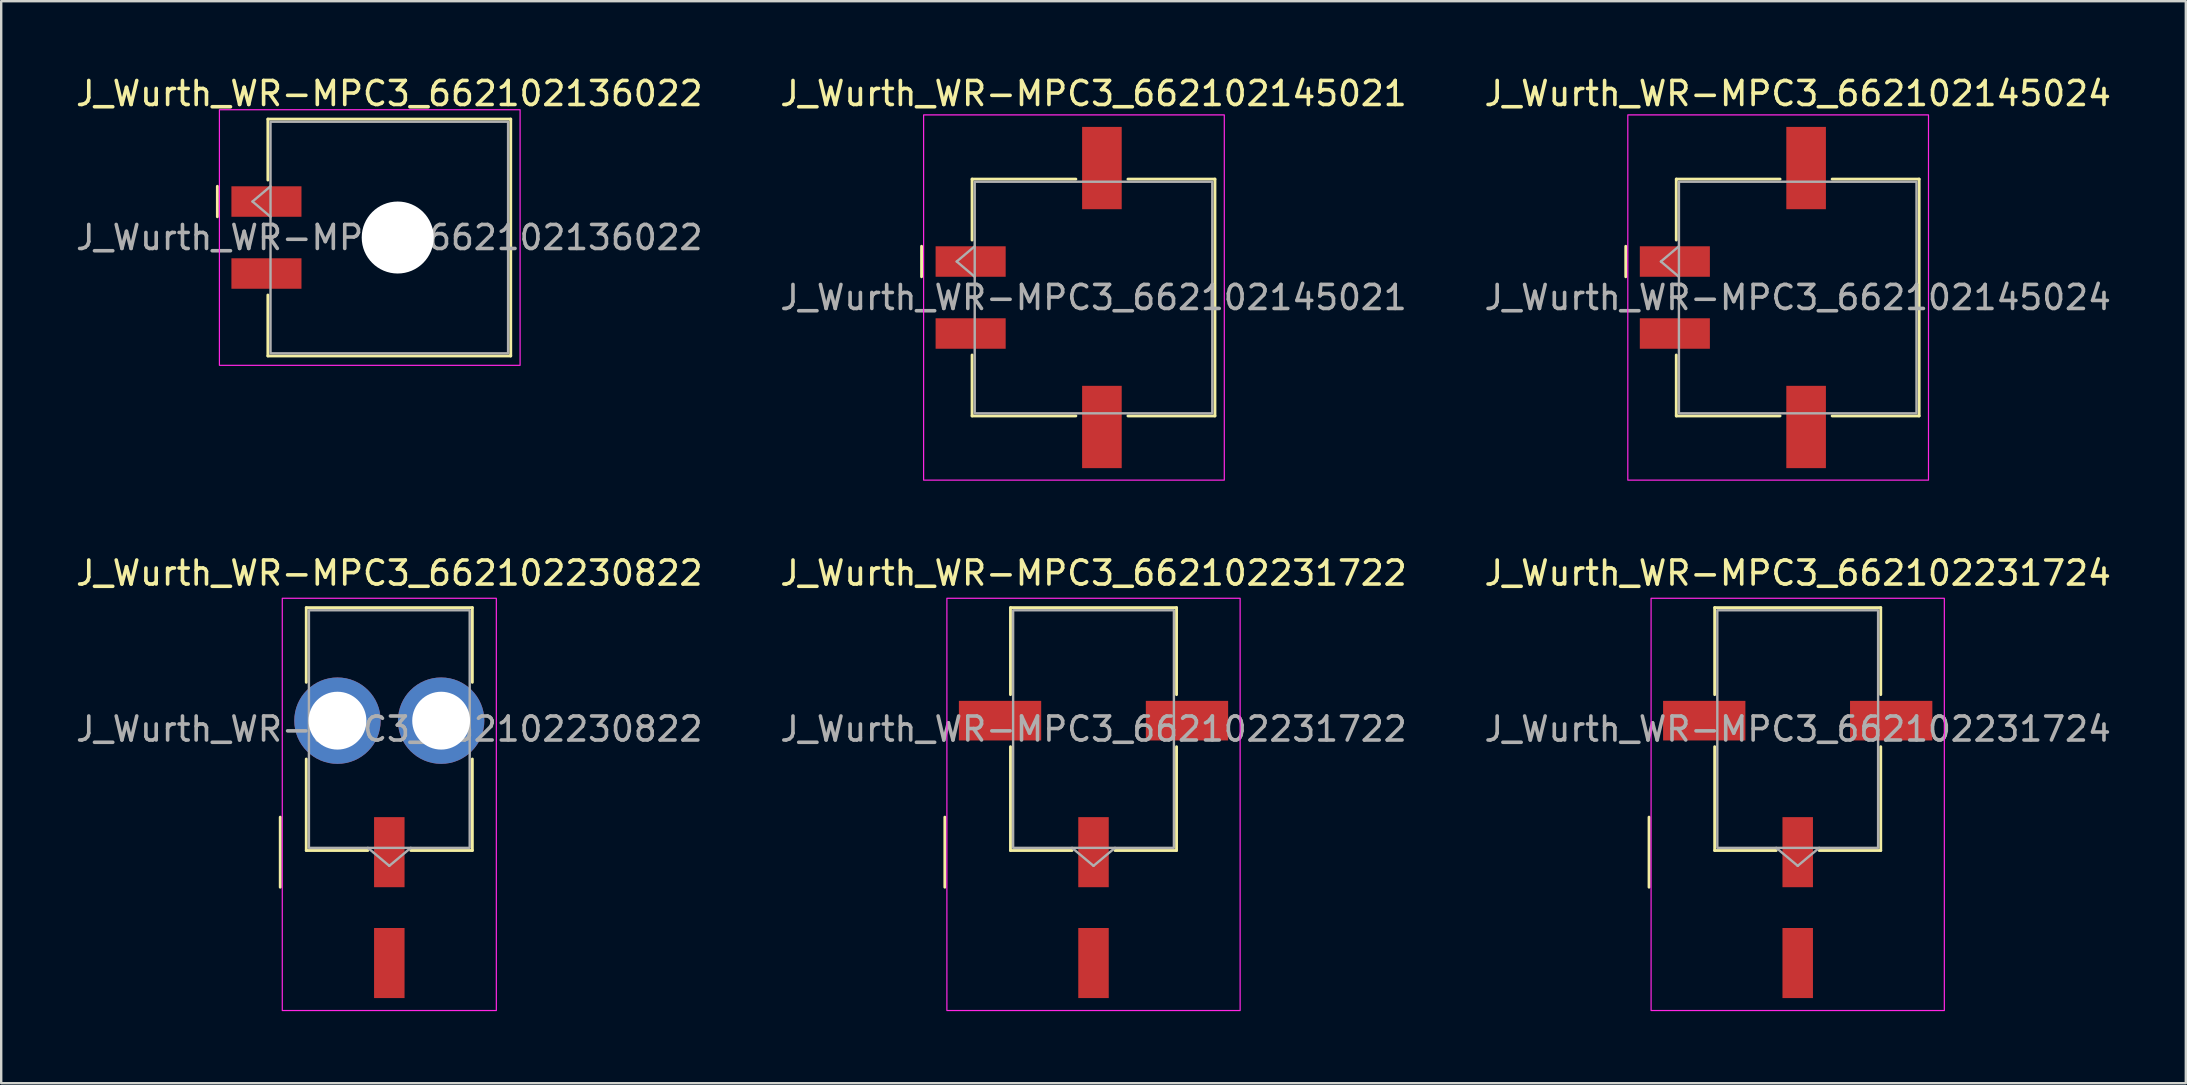
<source format=kicad_pcb>
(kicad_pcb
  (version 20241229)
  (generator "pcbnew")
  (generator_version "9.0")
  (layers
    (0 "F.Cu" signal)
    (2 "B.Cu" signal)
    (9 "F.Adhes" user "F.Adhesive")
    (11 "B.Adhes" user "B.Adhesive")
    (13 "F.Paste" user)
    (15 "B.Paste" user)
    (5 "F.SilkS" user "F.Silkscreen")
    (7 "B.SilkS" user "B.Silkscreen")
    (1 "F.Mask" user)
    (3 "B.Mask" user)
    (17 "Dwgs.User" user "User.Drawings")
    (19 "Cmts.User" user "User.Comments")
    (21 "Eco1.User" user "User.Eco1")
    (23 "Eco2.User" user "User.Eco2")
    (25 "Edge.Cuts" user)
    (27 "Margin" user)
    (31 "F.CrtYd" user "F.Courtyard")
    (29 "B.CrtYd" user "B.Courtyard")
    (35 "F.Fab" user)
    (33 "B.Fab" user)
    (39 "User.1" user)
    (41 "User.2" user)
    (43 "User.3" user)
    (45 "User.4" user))
  (footprint "J_Wurth_WR-MPC3_662102145024"
    (layer "F.Cu")
    (at 71.863 9.348)
    (property "Reference" "J_Wurth_WR-MPC3_662102145024" (at 0 -8.5 0) (unlocked yes) (layer "F.SilkS") (effects (font (size 1 1) (thickness 0.15))))
    (attr smd)
    (fp_line (start -7.165 -2.135) (end -7.165 -0.865) (stroke (width 0.12) (type solid)) (layer "F.SilkS"))
    (fp_line (start -5.06 -2.395) (end -5.06 -4.935) (stroke (width 0.12) (type default)) (layer "F.SilkS"))
    (fp_line (start -5.06 4.935) (end -5.06 2.395) (stroke (width 0.12) (type default)) (layer "F.SilkS"))
    (fp_line (start -0.735 -4.935) (end -5.06 -4.935) (stroke (width 0.12) (type default)) (layer "F.SilkS"))
    (fp_line (start -0.735 4.935) (end -5.06 4.935) (stroke (width 0.12) (type default)) (layer "F.SilkS"))
    (fp_line (start 5.06 -4.935) (end 1.435 -4.935) (stroke (width 0.12) (type solid)) (layer "F.SilkS"))
    (fp_line (start 5.06 -4.935) (end 5.06 4.935) (stroke (width 0.12) (type default)) (layer "F.SilkS"))
    (fp_line (start 5.06 4.935) (end 1.435 4.935) (stroke (width 0.12) (type solid)) (layer "F.SilkS"))
    (fp_rect (start -7.08 -7.61) (end 5.45 7.61) (stroke (width 0.05) (type solid)) (fill no) (layer "F.CrtYd"))
    (fp_line (start -5.7 -1.5) (end -4.95 -2.135) (stroke (width 0.1) (type solid)) (layer "F.Fab"))
    (fp_line (start -5.7 -1.5) (end -4.95 -0.865) (stroke (width 0.1) (type solid)) (layer "F.Fab"))
    (fp_rect (start -4.95 -4.825) (end 4.95 4.825) (stroke (width 0.1) (type solid)) (fill no) (layer "F.Fab"))
    (fp_text user "${REFERENCE}" (at 0 0 0) (unlocked yes) (layer "F.Fab") (effects (font (size 1 1) (thickness 0.15))))
    (pad "1" smd rect (at -5.12 -1.5 90) (size 1.27 2.92) (layers "F.Cu" "F.Mask" "F.Paste"))
    (pad "2" smd rect (at -5.12 1.5 90) (size 1.27 2.92) (layers "F.Cu" "F.Mask" "F.Paste"))
    (pad "MP1" smd rect (at 0.35 5.395 90) (size 3.43 1.65) (layers "F.Cu" "F.Mask" "F.Paste"))
    (pad "MP2" smd rect (at 0.35 -5.395 90) (size 3.43 1.65) (layers "F.Cu" "F.Mask" "F.Paste")))
  (footprint "J_Wurth_WR-MPC3_662102145021"
    (layer "F.Cu")
    (at 42.518 9.348)
    (property "Reference" "J_Wurth_WR-MPC3_662102145021" (at 0 -8.5 0) (unlocked yes) (layer "F.SilkS") (effects (font (size 1 1) (thickness 0.15))))
    (attr smd)
    (fp_line (start -7.165 -2.135) (end -7.165 -0.865) (stroke (width 0.12) (type solid)) (layer "F.SilkS"))
    (fp_line (start -5.06 -2.395) (end -5.06 -4.935) (stroke (width 0.12) (type default)) (layer "F.SilkS"))
    (fp_line (start -5.06 4.935) (end -5.06 2.395) (stroke (width 0.12) (type default)) (layer "F.SilkS"))
    (fp_line (start -0.735 -4.935) (end -5.06 -4.935) (stroke (width 0.12) (type default)) (layer "F.SilkS"))
    (fp_line (start -0.735 4.935) (end -5.06 4.935) (stroke (width 0.12) (type default)) (layer "F.SilkS"))
    (fp_line (start 5.06 -4.935) (end 1.435 -4.935) (stroke (width 0.12) (type solid)) (layer "F.SilkS"))
    (fp_line (start 5.06 -4.935) (end 5.06 4.935) (stroke (width 0.12) (type default)) (layer "F.SilkS"))
    (fp_line (start 5.06 4.935) (end 1.435 4.935) (stroke (width 0.12) (type solid)) (layer "F.SilkS"))
    (fp_rect (start -7.08 -7.61) (end 5.45 7.61) (stroke (width 0.05) (type solid)) (fill no) (layer "F.CrtYd"))
    (fp_line (start -5.7 -1.5) (end -4.95 -2.135) (stroke (width 0.1) (type solid)) (layer "F.Fab"))
    (fp_line (start -5.7 -1.5) (end -4.95 -0.865) (stroke (width 0.1) (type solid)) (layer "F.Fab"))
    (fp_rect (start -4.95 -4.825) (end 4.95 4.825) (stroke (width 0.1) (type solid)) (fill no) (layer "F.Fab"))
    (fp_text user "${REFERENCE}" (at 0 0 0) (unlocked yes) (layer "F.Fab") (effects (font (size 1 1) (thickness 0.15))))
    (pad "1" smd rect (at -5.12 -1.5 90) (size 1.27 2.92) (layers "F.Cu" "F.Mask" "F.Paste"))
    (pad "2" smd rect (at -5.12 1.5 90) (size 1.27 2.92) (layers "F.Cu" "F.Mask" "F.Paste"))
    (pad "MP1" smd rect (at 0.35 5.395 90) (size 3.43 1.65) (layers "F.Cu" "F.Mask" "F.Paste"))
    (pad "MP2" smd rect (at 0.35 -5.395 90) (size 3.43 1.65) (layers "F.Cu" "F.Mask" "F.Paste")))
  (footprint "J_Wurth_WR-MPC3_662102136022"
    (layer "F.Cu")
    (at 13.173 6.848)
    (property "Reference" "J_Wurth_WR-MPC3_662102136022" (at 0 -6 0) (unlocked yes) (layer "F.SilkS") (effects (font (size 1 1) (thickness 0.15))))
    (attr smd)
    (fp_line (start -7.165 -2.135) (end -7.165 -0.865) (stroke (width 0.12) (type solid)) (layer "F.SilkS"))
    (fp_line (start -5.06 -4.935) (end 5.06 -4.935) (stroke (width 0.12) (type default)) (layer "F.SilkS"))
    (fp_line (start -5.06 -2.395) (end -5.06 -4.935) (stroke (width 0.12) (type default)) (layer "F.SilkS"))
    (fp_line (start -5.06 4.935) (end -5.06 2.395) (stroke (width 0.12) (type default)) (layer "F.SilkS"))
    (fp_line (start 5.06 -4.935) (end 5.06 4.935) (stroke (width 0.12) (type default)) (layer "F.SilkS"))
    (fp_line (start 5.06 4.935) (end -5.06 4.935) (stroke (width 0.12) (type default)) (layer "F.SilkS"))
    (fp_rect (start -7.08 -5.325) (end 5.45 5.325) (stroke (width 0.05) (type solid)) (fill no) (layer "F.CrtYd"))
    (fp_line (start -5.7 -1.5) (end -4.95 -2.135) (stroke (width 0.1) (type solid)) (layer "F.Fab"))
    (fp_line (start -5.7 -1.5) (end -4.95 -0.865) (stroke (width 0.1) (type solid)) (layer "F.Fab"))
    (fp_rect (start -4.95 -4.825) (end 4.95 4.825) (stroke (width 0.1) (type solid)) (fill no) (layer "F.Fab"))
    (fp_text user "${REFERENCE}" (at 0 0 0) (unlocked yes) (layer "F.Fab") (effects (font (size 1 1) (thickness 0.15))))
    (pad "" np_thru_hole circle (at 0.35 0 90) (size 3 3) (drill 3) (layers "*.Cu" "*.Mask"))
    (pad "1" smd rect (at -5.12 -1.5 90) (size 1.27 2.92) (layers "F.Cu" "F.Mask" "F.Paste"))
    (pad "2" smd rect (at -5.12 1.5 90) (size 1.27 2.92) (layers "F.Cu" "F.Mask" "F.Paste")))
  (footprint "J_Wurth_WR-MPC3_662102231722"
    (layer "F.Cu")
    (at 42.518 27.331)
    (property "Reference" "J_Wurth_WR-MPC3_662102231722" (at 0 -6.5 0) (unlocked yes) (layer "F.SilkS") (effects (font (size 1 1) (thickness 0.15))))
    (attr smd)
    (fp_line (start -6.195 6.59) (end -6.195 3.67) (stroke (width 0.12) (type solid)) (layer "F.SilkS"))
    (fp_line (start -3.46 -5.06) (end -3.46 -1.435) (stroke (width 0.12) (type solid)) (layer "F.SilkS"))
    (fp_line (start -3.46 -5.06) (end 3.46 -5.06) (stroke (width 0.12) (type default)) (layer "F.SilkS"))
    (fp_line (start -3.46 0.735) (end -3.46 5.06) (stroke (width 0.12) (type solid)) (layer "F.SilkS"))
    (fp_line (start -0.895 5.06) (end -3.46 5.06) (stroke (width 0.12) (type solid)) (layer "F.SilkS"))
    (fp_line (start 3.46 -5.06) (end 3.46 -1.435) (stroke (width 0.12) (type solid)) (layer "F.SilkS"))
    (fp_line (start 3.46 0.735) (end 3.46 5.06) (stroke (width 0.12) (type solid)) (layer "F.SilkS"))
    (fp_line (start 3.46 5.06) (end 0.895 5.06) (stroke (width 0.12) (type solid)) (layer "F.SilkS"))
    (fp_rect (start -6.11 -5.45) (end 6.11 11.73) (stroke (width 0.05) (type solid)) (fill no) (layer "F.CrtYd"))
    (fp_line (start 0 5.7) (end -0.895 4.95) (stroke (width 0.1) (type solid)) (layer "F.Fab"))
    (fp_line (start 0 5.7) (end 0.895 4.95) (stroke (width 0.1) (type solid)) (layer "F.Fab"))
    (fp_rect (start -3.35 -4.95) (end 3.35 4.95) (stroke (width 0.1) (type solid)) (fill no) (layer "F.Fab"))
    (fp_text user "${REFERENCE}" (at 0 0 0) (unlocked yes) (layer "F.Fab") (effects (font (size 1 1) (thickness 0.15))))
    (pad "1" smd rect (at 0 5.13 180) (size 1.27 2.92) (layers "F.Cu" "F.Mask" "F.Paste"))
    (pad "2" smd rect (at 0 9.75 180) (size 1.27 2.92) (layers "F.Cu" "F.Mask" "F.Paste"))
    (pad "MP1" smd rect (at 3.895 -0.35 180) (size 3.43 1.65) (layers "F.Cu" "F.Mask" "F.Paste"))
    (pad "MP2" smd rect (at -3.895 -0.35 180) (size 3.43 1.65) (layers "F.Cu" "F.Mask" "F.Paste")))
  (footprint "J_Wurth_WR-MPC3_662102231724"
    (layer "F.Cu")
    (at 71.863 27.331)
    (property "Reference" "J_Wurth_WR-MPC3_662102231724" (at 0 -6.5 0) (unlocked yes) (layer "F.SilkS") (effects (font (size 1 1) (thickness 0.15))))
    (attr smd)
    (fp_line (start -6.195 6.59) (end -6.195 3.67) (stroke (width 0.12) (type solid)) (layer "F.SilkS"))
    (fp_line (start -3.46 -5.06) (end -3.46 -1.435) (stroke (width 0.12) (type solid)) (layer "F.SilkS"))
    (fp_line (start -3.46 -5.06) (end 3.46 -5.06) (stroke (width 0.12) (type default)) (layer "F.SilkS"))
    (fp_line (start -3.46 0.735) (end -3.46 5.06) (stroke (width 0.12) (type solid)) (layer "F.SilkS"))
    (fp_line (start -0.895 5.06) (end -3.46 5.06) (stroke (width 0.12) (type solid)) (layer "F.SilkS"))
    (fp_line (start 3.46 -5.06) (end 3.46 -1.435) (stroke (width 0.12) (type solid)) (layer "F.SilkS"))
    (fp_line (start 3.46 0.735) (end 3.46 5.06) (stroke (width 0.12) (type solid)) (layer "F.SilkS"))
    (fp_line (start 3.46 5.06) (end 0.895 5.06) (stroke (width 0.12) (type solid)) (layer "F.SilkS"))
    (fp_rect (start -6.11 -5.45) (end 6.11 11.73) (stroke (width 0.05) (type solid)) (fill no) (layer "F.CrtYd"))
    (fp_line (start 0 5.7) (end -0.895 4.95) (stroke (width 0.1) (type solid)) (layer "F.Fab"))
    (fp_line (start 0 5.7) (end 0.895 4.95) (stroke (width 0.1) (type solid)) (layer "F.Fab"))
    (fp_rect (start -3.35 -4.95) (end 3.35 4.95) (stroke (width 0.1) (type solid)) (fill no) (layer "F.Fab"))
    (fp_text user "${REFERENCE}" (at 0 0 0) (unlocked yes) (layer "F.Fab") (effects (font (size 1 1) (thickness 0.15))))
    (pad "1" smd rect (at 0 5.13 180) (size 1.27 2.92) (layers "F.Cu" "F.Mask" "F.Paste"))
    (pad "2" smd rect (at 0 9.75 180) (size 1.27 2.92) (layers "F.Cu" "F.Mask" "F.Paste"))
    (pad "MP1" smd rect (at 3.895 -0.35 180) (size 3.43 1.65) (layers "F.Cu" "F.Mask" "F.Paste"))
    (pad "MP2" smd rect (at -3.895 -0.35 180) (size 3.43 1.65) (layers "F.Cu" "F.Mask" "F.Paste")))
  (footprint "J_Wurth_WR-MPC3_662102230822"
    (layer "F.Cu")
    (at 13.173 27.331)
    (property "Reference" "J_Wurth_WR-MPC3_662102230822" (at 0 -6.5 0) (unlocked yes) (layer "F.SilkS") (effects (font (size 1 1) (thickness 0.15))))
    (attr smd)
    (fp_line (start -4.545 6.59) (end -4.545 3.67) (stroke (width 0.12) (type solid)) (layer "F.SilkS"))
    (fp_line (start -3.46 -5.06) (end -3.46 -1.948) (stroke (width 0.12) (type default)) (layer "F.SilkS"))
    (fp_line (start -3.46 -5.06) (end 3.46 -5.06) (stroke (width 0.12) (type default)) (layer "F.SilkS"))
    (fp_line (start -3.46 1.248) (end -3.46 5.06) (stroke (width 0.12) (type default)) (layer "F.SilkS"))
    (fp_line (start -0.895 5.06) (end -3.46 5.06) (stroke (width 0.12) (type solid)) (layer "F.SilkS"))
    (fp_line (start 3.46 -5.06) (end 3.46 -1.948) (stroke (width 0.12) (type default)) (layer "F.SilkS"))
    (fp_line (start 3.46 1.248) (end 3.46 5.06) (stroke (width 0.12) (type default)) (layer "F.SilkS"))
    (fp_line (start 3.46 5.06) (end 0.895 5.06) (stroke (width 0.12) (type solid)) (layer "F.SilkS"))
    (fp_rect (start -4.46 -5.45) (end 4.46 11.73) (stroke (width 0.05) (type solid)) (fill no) (layer "F.CrtYd"))
    (fp_line (start 0 5.7) (end -0.895 4.95) (stroke (width 0.1) (type solid)) (layer "F.Fab"))
    (fp_line (start 0 5.7) (end 0.895 4.95) (stroke (width 0.1) (type solid)) (layer "F.Fab"))
    (fp_rect (start -3.35 -4.95) (end 3.35 4.95) (stroke (width 0.1) (type solid)) (fill no) (layer "F.Fab"))
    (fp_text user "${REFERENCE}" (at 0 0 0) (unlocked yes) (layer "F.Fab") (effects (font (size 1 1) (thickness 0.15))))
    (pad "1" smd rect (at 0 5.13 180) (size 1.27 2.92) (layers "F.Cu" "F.Mask" "F.Paste"))
    (pad "2" smd rect (at 0 9.75 180) (size 1.27 2.92) (layers "F.Cu" "F.Mask" "F.Paste"))
    (pad "MP1" thru_hole circle (at 2.16 -0.35 180) (size 3.6 3.6) (drill 2.41) (layers "*.Cu" "*.Mask"))
    (pad "MP2" thru_hole circle (at -2.16 -0.35 180) (size 3.6 3.6) (drill 2.41) (layers "*.Cu" "*.Mask")))
  (gr_rect
    (start -3 -3)
    (end 88.036 42.087)
    (stroke (width 0.1) (type default))
    (fill no)
    (layer "Edge.Cuts")))
</source>
